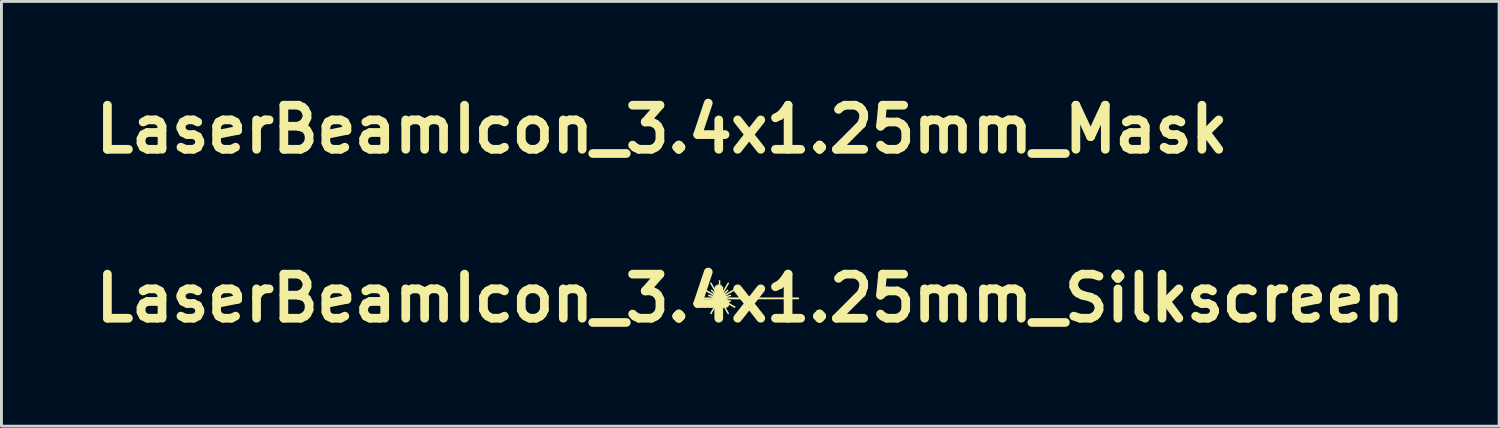
<source format=kicad_pcb>
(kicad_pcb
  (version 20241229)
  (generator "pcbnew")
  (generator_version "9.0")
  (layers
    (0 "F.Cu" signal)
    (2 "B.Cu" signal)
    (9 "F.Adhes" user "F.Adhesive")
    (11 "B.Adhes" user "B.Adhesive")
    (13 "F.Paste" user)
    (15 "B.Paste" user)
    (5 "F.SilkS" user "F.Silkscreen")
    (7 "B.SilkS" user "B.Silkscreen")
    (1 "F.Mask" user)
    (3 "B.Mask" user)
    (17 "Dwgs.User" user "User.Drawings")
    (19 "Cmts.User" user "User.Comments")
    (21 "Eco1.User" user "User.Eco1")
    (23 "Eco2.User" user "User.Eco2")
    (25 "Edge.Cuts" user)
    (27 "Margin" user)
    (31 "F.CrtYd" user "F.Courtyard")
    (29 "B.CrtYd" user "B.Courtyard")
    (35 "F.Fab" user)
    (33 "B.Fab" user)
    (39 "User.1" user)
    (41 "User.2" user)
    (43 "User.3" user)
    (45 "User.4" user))
  (footprint "LaserBeamIcon_3.4x1.25mm_Mask"
    (layer "F.Cu")
    (at 19.819 1.418)
    (property "Reference" "LaserBeamIcon_3.4x1.25mm_Mask" (at 0 0 0) (layer "F.SilkS") (effects (font (size 1.524 1.524) (thickness 0.3))))
    (attr exclude_from_pos_files exclude_from_bom)
    (fp_poly (pts (xy -1.033 -0.207) (xy -1.014 -0.273) (xy -1.006 -0.301) (xy -0.999 -0.329) (xy -0.992 -0.353) (xy -0.988 -0.368) (xy -0.98 -0.398) (xy -0.959 -0.394) (xy -0.945 -0.39) (xy -0.935 -0.386) (xy -0.934 -0.386) (xy -0.934 -0.379) (xy -0.937 -0.363) (xy -0.942 -0.338) (xy -0.95 -0.307) (xy -0.959 -0.271) (xy -0.971 -0.23) (xy -0.973 -0.223) (xy -0.976 -0.209) (xy -0.977 -0.201) (xy -0.975 -0.201) (xy -0.971 -0.207) (xy -0.963 -0.221) (xy -0.95 -0.243) (xy -0.934 -0.271) (xy -0.915 -0.303) (xy -0.894 -0.339) (xy -0.878 -0.366) (xy -0.851 -0.413) (xy -0.829 -0.452) (xy -0.811 -0.483) (xy -0.797 -0.506) (xy -0.787 -0.524) (xy -0.779 -0.536) (xy -0.773 -0.544) (xy -0.769 -0.548) (xy -0.766 -0.549) (xy -0.763 -0.548) (xy -0.76 -0.545) (xy -0.756 -0.543) (xy -0.756 -0.543) (xy -0.742 -0.535) (xy -0.733 -0.53) (xy -0.732 -0.526) (xy -0.734 -0.519) (xy -0.739 -0.507) (xy -0.748 -0.489) (xy -0.761 -0.465) (xy -0.778 -0.434) (xy -0.801 -0.394) (xy -0.822 -0.357) (xy -0.845 -0.318) (xy -0.866 -0.281) (xy -0.885 -0.247) (xy -0.901 -0.219) (xy -0.914 -0.197) (xy -0.922 -0.182) (xy -0.925 -0.176) (xy -0.924 -0.176) (xy -0.915 -0.182) (xy -0.902 -0.194) (xy -0.883 -0.211) (xy -0.861 -0.232) (xy -0.86 -0.234) (xy -0.788 -0.305) (xy -0.752 -0.27) (xy -0.823 -0.198) (xy -0.845 -0.176) (xy -0.863 -0.157) (xy -0.875 -0.143) (xy -0.882 -0.134) (xy -0.881 -0.132) (xy -0.881 -0.132) (xy -0.873 -0.137) (xy -0.857 -0.146) (xy -0.834 -0.159) (xy -0.804 -0.176) (xy -0.771 -0.195) (xy -0.734 -0.217) (xy -0.708 -0.232) (xy -0.669 -0.254) (xy -0.634 -0.274) (xy -0.602 -0.292) (xy -0.576 -0.307) (xy -0.556 -0.319) (xy -0.543 -0.326) (xy -0.54 -0.327) (xy -0.531 -0.325) (xy -0.521 -0.312) (xy -0.519 -0.309) (xy -0.507 -0.287) (xy -0.544 -0.265) (xy -0.559 -0.257) (xy -0.581 -0.244) (xy -0.61 -0.227) (xy -0.643 -0.208) (xy -0.679 -0.187) (xy -0.716 -0.165) (xy -0.751 -0.145) (xy -0.783 -0.126) (xy -0.811 -0.11) (xy -0.833 -0.097) (xy -0.848 -0.087) (xy -0.856 -0.083) (xy -0.856 -0.082) (xy -0.855 -0.08) (xy -0.846 -0.082) (xy -0.842 -0.083) (xy -0.806 -0.093) (xy -0.77 -0.103) (xy -0.738 -0.111) (xy -0.711 -0.117) (xy -0.689 -0.122) (xy -0.676 -0.123) (xy -0.672 -0.123) (xy -0.668 -0.115) (xy -0.664 -0.101) (xy -0.664 -0.098) (xy -0.66 -0.078) (xy -0.687 -0.07) (xy -0.703 -0.065) (xy -0.727 -0.059) (xy -0.754 -0.051) (xy -0.774 -0.046) (xy -0.834 -0.03) (xy 0.425 -0.029) (xy 1.685 -0.028) (xy 1.685 0.033) (xy 0.425 0.034) (xy -0.834 0.036) (xy -0.774 0.052) (xy -0.746 0.059) (xy -0.72 0.066) (xy -0.698 0.072) (xy -0.687 0.075) (xy -0.66 0.083) (xy -0.664 0.104) (xy -0.667 0.118) (xy -0.671 0.128) (xy -0.672 0.128) (xy -0.678 0.129) (xy -0.694 0.126) (xy -0.717 0.121) (xy -0.746 0.114) (xy -0.779 0.106) (xy -0.815 0.096) (xy -0.842 0.088) (xy -0.853 0.086) (xy -0.857 0.087) (xy -0.856 0.088) (xy -0.85 0.092) (xy -0.836 0.1) (xy -0.815 0.113) (xy -0.788 0.129) (xy -0.756 0.148) (xy -0.721 0.168) (xy -0.716 0.171) (xy -0.679 0.192) (xy -0.643 0.213) (xy -0.61 0.233) (xy -0.581 0.249) (xy -0.558 0.262) (xy -0.544 0.271) (xy -0.507 0.292) (xy -0.519 0.314) (xy -0.53 0.329) (xy -0.538 0.333) (xy -0.54 0.333) (xy -0.546 0.329) (xy -0.561 0.321) (xy -0.583 0.309) (xy -0.611 0.293) (xy -0.644 0.274) (xy -0.681 0.253) (xy -0.708 0.237) (xy -0.746 0.215) (xy -0.782 0.194) (xy -0.815 0.176) (xy -0.842 0.16) (xy -0.863 0.148) (xy -0.877 0.14) (xy -0.881 0.138) (xy -0.882 0.139) (xy -0.876 0.147) (xy -0.864 0.161) (xy -0.846 0.18) (xy -0.825 0.202) (xy -0.823 0.203) (xy -0.752 0.275) (xy -0.77 0.293) (xy -0.788 0.311) (xy -0.86 0.239) (xy -0.882 0.218) (xy -0.901 0.2) (xy -0.915 0.188) (xy -0.923 0.181) (xy -0.925 0.181) (xy -0.925 0.182) (xy -0.921 0.19) (xy -0.912 0.206) (xy -0.898 0.229) (xy -0.882 0.259) (xy -0.862 0.293) (xy -0.841 0.33) (xy -0.822 0.363) (xy -0.795 0.409) (xy -0.774 0.447) (xy -0.758 0.476) (xy -0.746 0.499) (xy -0.738 0.515) (xy -0.733 0.526) (xy -0.732 0.533) (xy -0.733 0.535) (xy -0.743 0.541) (xy -0.756 0.548) (xy -0.76 0.551) (xy -0.763 0.553) (xy -0.766 0.554) (xy -0.769 0.553) (xy -0.773 0.549) (xy -0.779 0.542) (xy -0.786 0.53) (xy -0.797 0.513) (xy -0.81 0.49) (xy -0.828 0.46) (xy -0.85 0.422) (xy -0.876 0.375) (xy -0.878 0.372) (xy -0.9 0.333) (xy -0.921 0.298) (xy -0.939 0.267) (xy -0.954 0.241) (xy -0.966 0.222) (xy -0.973 0.21) (xy -0.975 0.207) (xy -0.977 0.208) (xy -0.975 0.218) (xy -0.973 0.229) (xy -0.961 0.27) (xy -0.951 0.308) (xy -0.943 0.34) (xy -0.937 0.365) (xy -0.934 0.382) (xy -0.934 0.391) (xy -0.934 0.391) (xy -0.943 0.395) (xy -0.956 0.399) (xy -0.959 0.399) (xy -0.98 0.403) (xy -0.988 0.374) (xy -0.993 0.356) (xy -1 0.332) (xy -1.007 0.304) (xy -1.014 0.278) (xy -1.033 0.212) (xy -1.034 0.42) (xy -1.036 0.628) (xy -1.085 0.628) (xy -1.085 0.42) (xy -1.085 0.374) (xy -1.085 0.331) (xy -1.085 0.293) (xy -1.086 0.262) (xy -1.086 0.237) (xy -1.087 0.222) (xy -1.087 0.215) (xy -1.087 0.215) (xy -1.09 0.221) (xy -1.094 0.236) (xy -1.1 0.257) (xy -1.107 0.283) (xy -1.11 0.292) (xy -1.12 0.329) (xy -1.127 0.357) (xy -1.133 0.377) (xy -1.138 0.39) (xy -1.142 0.397) (xy -1.146 0.401) (xy -1.151 0.401) (xy -1.157 0.4) (xy -1.161 0.399) (xy -1.176 0.396) (xy -1.185 0.392) (xy -1.186 0.391) (xy -1.186 0.384) (xy -1.184 0.368) (xy -1.178 0.344) (xy -1.171 0.313) (xy -1.161 0.276) (xy -1.15 0.235) (xy -1.148 0.229) (xy -1.144 0.215) (xy -1.144 0.207) (xy -1.145 0.207) (xy -1.149 0.213) (xy -1.158 0.227) (xy -1.17 0.248) (xy -1.187 0.276) (xy -1.206 0.309) (xy -1.227 0.345) (xy -1.242 0.372) (xy -1.264 0.41) (xy -1.285 0.446) (xy -1.304 0.479) (xy -1.319 0.506) (xy -1.332 0.527) (xy -1.339 0.54) (xy -1.342 0.544) (xy -1.35 0.557) (xy -1.37 0.545) (xy -1.383 0.537) (xy -1.391 0.532) (xy -1.393 0.531) (xy -1.39 0.526) (xy -1.383 0.513) (xy -1.372 0.492) (xy -1.357 0.465) (xy -1.339 0.433) (xy -1.318 0.396) (xy -1.298 0.362) (xy -1.276 0.323) (xy -1.254 0.286) (xy -1.235 0.253) (xy -1.219 0.224) (xy -1.207 0.202) (xy -1.198 0.187) (xy -1.195 0.182) (xy -1.197 0.181) (xy -1.205 0.187) (xy -1.219 0.199) (xy -1.237 0.217) (xy -1.259 0.238) (xy -1.261 0.239) (xy -1.333 0.311) (xy -1.368 0.275) (xy -1.297 0.203) (xy -1.275 0.18) (xy -1.256 0.161) (xy -1.242 0.146) (xy -1.233 0.136) (xy -1.231 0.133) (xy -1.231 0.133) (xy -1.237 0.137) (xy -1.251 0.145) (xy -1.273 0.157) (xy -1.301 0.173) (xy -1.333 0.192) (xy -1.37 0.213) (xy -1.404 0.233) (xy -1.444 0.256) (xy -1.48 0.277) (xy -1.513 0.295) (xy -1.54 0.311) (xy -1.562 0.323) (xy -1.576 0.33) (xy -1.581 0.333) (xy -1.589 0.33) (xy -1.599 0.317) (xy -1.601 0.314) (xy -1.614 0.292) (xy -1.582 0.274) (xy -1.569 0.266) (xy -1.548 0.254) (xy -1.521 0.239) (xy -1.489 0.22) (xy -1.453 0.199) (xy -1.415 0.177) (xy -1.403 0.171) (xy -1.367 0.15) (xy -1.334 0.13) (xy -1.305 0.114) (xy -1.283 0.1) (xy -1.266 0.091) (xy -1.258 0.085) (xy -1.257 0.085) (xy -1.263 0.086) (xy -1.277 0.089) (xy -1.298 0.095) (xy -1.325 0.102) (xy -1.349 0.108) (xy -1.38 0.116) (xy -1.406 0.122) (xy -1.428 0.127) (xy -1.442 0.13) (xy -1.446 0.13) (xy -1.451 0.124) (xy -1.455 0.111) (xy -1.458 0.097) (xy -1.458 0.086) (xy -1.457 0.084) (xy -1.451 0.081) (xy -1.436 0.077) (xy -1.414 0.07) (xy -1.387 0.063) (xy -1.367 0.057) (xy -1.28 0.034) (xy -1.483 0.033) (xy -1.685 0.033) (xy -1.685 -0.028) (xy -1.483 -0.028) (xy -1.28 -0.028) (xy -1.367 -0.052) (xy -1.397 -0.06) (xy -1.422 -0.067) (xy -1.442 -0.073) (xy -1.454 -0.077) (xy -1.457 -0.078) (xy -1.459 -0.086) (xy -1.457 -0.099) (xy -1.453 -0.113) (xy -1.448 -0.123) (xy -1.446 -0.124) (xy -1.439 -0.124) (xy -1.423 -0.121) (xy -1.401 -0.116) (xy -1.373 -0.109) (xy -1.349 -0.103) (xy -1.319 -0.095) (xy -1.294 -0.088) (xy -1.273 -0.083) (xy -1.261 -0.08) (xy -1.257 -0.079) (xy -1.262 -0.082) (xy -1.274 -0.09) (xy -1.294 -0.102) (xy -1.32 -0.117) (xy -1.352 -0.135) (xy -1.386 -0.155) (xy -1.403 -0.165) (xy -1.442 -0.187) (xy -1.478 -0.208) (xy -1.512 -0.228) (xy -1.541 -0.245) (xy -1.564 -0.258) (xy -1.579 -0.267) (xy -1.582 -0.268) (xy -1.614 -0.287) (xy -1.601 -0.309) (xy -1.591 -0.324) (xy -1.582 -0.328) (xy -1.581 -0.327) (xy -1.574 -0.324) (xy -1.559 -0.316) (xy -1.537 -0.303) (xy -1.509 -0.287) (xy -1.475 -0.268) (xy -1.438 -0.247) (xy -1.404 -0.227) (xy -1.365 -0.205) (xy -1.329 -0.184) (xy -1.297 -0.165) (xy -1.27 -0.15) (xy -1.249 -0.138) (xy -1.236 -0.131) (xy -1.231 -0.128) (xy -1.233 -0.131) (xy -1.241 -0.14) (xy -1.256 -0.155) (xy -1.274 -0.174) (xy -1.296 -0.197) (xy -1.297 -0.198) (xy -1.368 -0.27) (xy -1.351 -0.288) (xy -1.333 -0.305) (xy -1.261 -0.234) (xy -1.238 -0.212) (xy -1.22 -0.195) (xy -1.206 -0.182) (xy -1.197 -0.176) (xy -1.195 -0.176) (xy -1.195 -0.176) (xy -1.2 -0.184) (xy -1.209 -0.2) (xy -1.222 -0.224) (xy -1.239 -0.253) (xy -1.258 -0.287) (xy -1.28 -0.325) (xy -1.298 -0.357) (xy -1.321 -0.396) (xy -1.341 -0.432) (xy -1.359 -0.463) (xy -1.373 -0.489) (xy -1.384 -0.509) (xy -1.391 -0.522) (xy -1.393 -0.525) (xy -1.387 -0.529) (xy -1.376 -0.536) (xy -1.37 -0.539) (xy -1.35 -0.551) (xy -1.342 -0.539) (xy -1.337 -0.531) (xy -1.328 -0.515) (xy -1.314 -0.492) (xy -1.298 -0.463) (xy -1.278 -0.429) (xy -1.257 -0.392) (xy -1.242 -0.366) (xy -1.22 -0.328) (xy -1.199 -0.293) (xy -1.181 -0.261) (xy -1.166 -0.236) (xy -1.154 -0.216) (xy -1.147 -0.204) (xy -1.145 -0.201) (xy -1.144 -0.203) (xy -1.145 -0.213) (xy -1.148 -0.223) (xy -1.16 -0.265) (xy -1.17 -0.302) (xy -1.177 -0.334) (xy -1.183 -0.359) (xy -1.186 -0.377) (xy -1.186 -0.385) (xy -1.186 -0.386) (xy -1.178 -0.39) (xy -1.164 -0.393) (xy -1.161 -0.394) (xy -1.154 -0.395) (xy -1.148 -0.396) (xy -1.144 -0.394) (xy -1.14 -0.389) (xy -1.135 -0.378) (xy -1.13 -0.362) (xy -1.124 -0.339) (xy -1.115 -0.306) (xy -1.11 -0.287) (xy -1.102 -0.26) (xy -1.096 -0.237) (xy -1.091 -0.22) (xy -1.088 -0.211) (xy -1.087 -0.21) (xy -1.087 -0.215) (xy -1.086 -0.229) (xy -1.086 -0.252) (xy -1.086 -0.283) (xy -1.085 -0.32) (xy -1.085 -0.362) (xy -1.085 -0.408) (xy -1.085 -0.415) (xy -1.085 -0.622) (xy -1.036 -0.622)) (stroke (width 0) (type solid)) (fill yes) (layer "F.Mask")))
  (footprint "LaserBeamIcon_3.4x1.25mm_Silkscreen"
    (layer "F.Cu")
    (at 22.867 7.254)
    (property "Reference" "LaserBeamIcon_3.4x1.25mm_Silkscreen" (at 0 0 0) (layer "F.SilkS") (effects (font (size 1.524 1.524) (thickness 0.3))))
    (attr exclude_from_pos_files exclude_from_bom)
    (fp_poly (pts (xy -1.033 -0.207) (xy -1.014 -0.273) (xy -1.006 -0.301) (xy -0.999 -0.329) (xy -0.992 -0.353) (xy -0.988 -0.368) (xy -0.98 -0.398) (xy -0.959 -0.394) (xy -0.945 -0.39) (xy -0.935 -0.386) (xy -0.934 -0.386) (xy -0.934 -0.379) (xy -0.937 -0.363) (xy -0.942 -0.338) (xy -0.95 -0.307) (xy -0.959 -0.271) (xy -0.971 -0.23) (xy -0.973 -0.223) (xy -0.976 -0.209) (xy -0.977 -0.201) (xy -0.975 -0.201) (xy -0.971 -0.207) (xy -0.963 -0.221) (xy -0.95 -0.243) (xy -0.934 -0.271) (xy -0.915 -0.303) (xy -0.894 -0.339) (xy -0.878 -0.366) (xy -0.851 -0.413) (xy -0.829 -0.452) (xy -0.811 -0.483) (xy -0.797 -0.506) (xy -0.787 -0.524) (xy -0.779 -0.536) (xy -0.773 -0.544) (xy -0.769 -0.548) (xy -0.766 -0.549) (xy -0.763 -0.548) (xy -0.76 -0.545) (xy -0.756 -0.543) (xy -0.756 -0.543) (xy -0.742 -0.535) (xy -0.733 -0.53) (xy -0.732 -0.526) (xy -0.734 -0.519) (xy -0.739 -0.507) (xy -0.748 -0.489) (xy -0.761 -0.465) (xy -0.778 -0.434) (xy -0.801 -0.394) (xy -0.822 -0.357) (xy -0.845 -0.318) (xy -0.866 -0.281) (xy -0.885 -0.247) (xy -0.901 -0.219) (xy -0.914 -0.197) (xy -0.922 -0.182) (xy -0.925 -0.176) (xy -0.924 -0.176) (xy -0.915 -0.182) (xy -0.902 -0.194) (xy -0.883 -0.211) (xy -0.861 -0.232) (xy -0.86 -0.234) (xy -0.788 -0.305) (xy -0.752 -0.27) (xy -0.823 -0.198) (xy -0.845 -0.176) (xy -0.863 -0.157) (xy -0.875 -0.143) (xy -0.882 -0.134) (xy -0.881 -0.132) (xy -0.881 -0.132) (xy -0.873 -0.137) (xy -0.857 -0.146) (xy -0.834 -0.159) (xy -0.804 -0.176) (xy -0.771 -0.195) (xy -0.734 -0.217) (xy -0.708 -0.232) (xy -0.669 -0.254) (xy -0.634 -0.274) (xy -0.602 -0.292) (xy -0.576 -0.307) (xy -0.556 -0.319) (xy -0.543 -0.326) (xy -0.54 -0.327) (xy -0.531 -0.325) (xy -0.521 -0.312) (xy -0.519 -0.309) (xy -0.507 -0.287) (xy -0.544 -0.265) (xy -0.559 -0.257) (xy -0.581 -0.244) (xy -0.61 -0.227) (xy -0.643 -0.208) (xy -0.679 -0.187) (xy -0.716 -0.165) (xy -0.751 -0.145) (xy -0.783 -0.126) (xy -0.811 -0.11) (xy -0.833 -0.097) (xy -0.848 -0.087) (xy -0.856 -0.083) (xy -0.856 -0.082) (xy -0.855 -0.08) (xy -0.846 -0.082) (xy -0.842 -0.083) (xy -0.806 -0.093) (xy -0.77 -0.103) (xy -0.738 -0.111) (xy -0.711 -0.117) (xy -0.689 -0.122) (xy -0.676 -0.123) (xy -0.672 -0.123) (xy -0.668 -0.115) (xy -0.664 -0.101) (xy -0.664 -0.098) (xy -0.66 -0.078) (xy -0.687 -0.07) (xy -0.703 -0.065) (xy -0.727 -0.059) (xy -0.754 -0.051) (xy -0.774 -0.046) (xy -0.834 -0.03) (xy 0.425 -0.029) (xy 1.685 -0.028) (xy 1.685 0.033) (xy 0.425 0.034) (xy -0.834 0.036) (xy -0.774 0.052) (xy -0.746 0.059) (xy -0.72 0.066) (xy -0.698 0.072) (xy -0.687 0.075) (xy -0.66 0.083) (xy -0.664 0.104) (xy -0.667 0.118) (xy -0.671 0.128) (xy -0.672 0.128) (xy -0.678 0.129) (xy -0.694 0.126) (xy -0.717 0.121) (xy -0.746 0.114) (xy -0.779 0.106) (xy -0.815 0.096) (xy -0.842 0.088) (xy -0.853 0.086) (xy -0.857 0.087) (xy -0.856 0.088) (xy -0.85 0.092) (xy -0.836 0.1) (xy -0.815 0.113) (xy -0.788 0.129) (xy -0.756 0.148) (xy -0.721 0.168) (xy -0.716 0.171) (xy -0.679 0.192) (xy -0.643 0.213) (xy -0.61 0.233) (xy -0.581 0.249) (xy -0.558 0.262) (xy -0.544 0.271) (xy -0.507 0.292) (xy -0.519 0.314) (xy -0.53 0.329) (xy -0.538 0.333) (xy -0.54 0.333) (xy -0.546 0.329) (xy -0.561 0.321) (xy -0.583 0.309) (xy -0.611 0.293) (xy -0.644 0.274) (xy -0.681 0.253) (xy -0.708 0.237) (xy -0.746 0.215) (xy -0.782 0.194) (xy -0.815 0.176) (xy -0.842 0.16) (xy -0.863 0.148) (xy -0.877 0.14) (xy -0.881 0.138) (xy -0.882 0.139) (xy -0.876 0.147) (xy -0.864 0.161) (xy -0.846 0.18) (xy -0.825 0.202) (xy -0.823 0.203) (xy -0.752 0.275) (xy -0.77 0.293) (xy -0.788 0.311) (xy -0.86 0.239) (xy -0.882 0.218) (xy -0.901 0.2) (xy -0.915 0.188) (xy -0.923 0.181) (xy -0.925 0.181) (xy -0.925 0.182) (xy -0.921 0.19) (xy -0.912 0.206) (xy -0.898 0.229) (xy -0.882 0.259) (xy -0.862 0.293) (xy -0.841 0.33) (xy -0.822 0.363) (xy -0.795 0.409) (xy -0.774 0.447) (xy -0.758 0.476) (xy -0.746 0.499) (xy -0.738 0.515) (xy -0.733 0.526) (xy -0.732 0.533) (xy -0.733 0.535) (xy -0.743 0.541) (xy -0.756 0.548) (xy -0.76 0.551) (xy -0.763 0.553) (xy -0.766 0.554) (xy -0.769 0.553) (xy -0.773 0.549) (xy -0.779 0.542) (xy -0.786 0.53) (xy -0.797 0.513) (xy -0.81 0.49) (xy -0.828 0.46) (xy -0.85 0.422) (xy -0.876 0.375) (xy -0.878 0.372) (xy -0.9 0.333) (xy -0.921 0.298) (xy -0.939 0.267) (xy -0.954 0.241) (xy -0.966 0.222) (xy -0.973 0.21) (xy -0.975 0.207) (xy -0.977 0.208) (xy -0.975 0.218) (xy -0.973 0.229) (xy -0.961 0.27) (xy -0.951 0.308) (xy -0.943 0.34) (xy -0.937 0.365) (xy -0.934 0.382) (xy -0.934 0.391) (xy -0.934 0.391) (xy -0.943 0.395) (xy -0.956 0.399) (xy -0.959 0.399) (xy -0.98 0.403) (xy -0.988 0.374) (xy -0.993 0.356) (xy -1 0.332) (xy -1.007 0.304) (xy -1.014 0.278) (xy -1.033 0.212) (xy -1.034 0.42) (xy -1.036 0.628) (xy -1.085 0.628) (xy -1.085 0.42) (xy -1.085 0.374) (xy -1.085 0.331) (xy -1.085 0.293) (xy -1.086 0.262) (xy -1.086 0.237) (xy -1.087 0.222) (xy -1.087 0.215) (xy -1.087 0.215) (xy -1.09 0.221) (xy -1.094 0.236) (xy -1.1 0.257) (xy -1.107 0.283) (xy -1.11 0.292) (xy -1.12 0.329) (xy -1.127 0.357) (xy -1.133 0.377) (xy -1.138 0.39) (xy -1.142 0.397) (xy -1.146 0.401) (xy -1.151 0.401) (xy -1.157 0.4) (xy -1.161 0.399) (xy -1.176 0.396) (xy -1.185 0.392) (xy -1.186 0.391) (xy -1.186 0.384) (xy -1.184 0.368) (xy -1.178 0.344) (xy -1.171 0.313) (xy -1.161 0.276) (xy -1.15 0.235) (xy -1.148 0.229) (xy -1.144 0.215) (xy -1.144 0.207) (xy -1.145 0.207) (xy -1.149 0.213) (xy -1.158 0.227) (xy -1.17 0.248) (xy -1.187 0.276) (xy -1.206 0.309) (xy -1.227 0.345) (xy -1.242 0.372) (xy -1.264 0.41) (xy -1.285 0.446) (xy -1.304 0.479) (xy -1.319 0.506) (xy -1.332 0.527) (xy -1.339 0.54) (xy -1.342 0.544) (xy -1.35 0.557) (xy -1.37 0.545) (xy -1.383 0.537) (xy -1.391 0.532) (xy -1.393 0.531) (xy -1.39 0.526) (xy -1.383 0.513) (xy -1.372 0.492) (xy -1.357 0.465) (xy -1.339 0.433) (xy -1.318 0.396) (xy -1.298 0.362) (xy -1.276 0.323) (xy -1.254 0.286) (xy -1.235 0.253) (xy -1.219 0.224) (xy -1.207 0.202) (xy -1.198 0.187) (xy -1.195 0.182) (xy -1.197 0.181) (xy -1.205 0.187) (xy -1.219 0.199) (xy -1.237 0.217) (xy -1.259 0.238) (xy -1.261 0.239) (xy -1.333 0.311) (xy -1.368 0.275) (xy -1.297 0.203) (xy -1.275 0.18) (xy -1.256 0.161) (xy -1.242 0.146) (xy -1.233 0.136) (xy -1.231 0.133) (xy -1.231 0.133) (xy -1.237 0.137) (xy -1.251 0.145) (xy -1.273 0.157) (xy -1.301 0.173) (xy -1.333 0.192) (xy -1.37 0.213) (xy -1.404 0.233) (xy -1.444 0.256) (xy -1.48 0.277) (xy -1.513 0.295) (xy -1.54 0.311) (xy -1.562 0.323) (xy -1.576 0.33) (xy -1.581 0.333) (xy -1.589 0.33) (xy -1.599 0.317) (xy -1.601 0.314) (xy -1.614 0.292) (xy -1.582 0.274) (xy -1.569 0.266) (xy -1.548 0.254) (xy -1.521 0.239) (xy -1.489 0.22) (xy -1.453 0.199) (xy -1.415 0.177) (xy -1.403 0.171) (xy -1.367 0.15) (xy -1.334 0.13) (xy -1.305 0.114) (xy -1.283 0.1) (xy -1.266 0.091) (xy -1.258 0.085) (xy -1.257 0.085) (xy -1.263 0.086) (xy -1.277 0.089) (xy -1.298 0.095) (xy -1.325 0.102) (xy -1.349 0.108) (xy -1.38 0.116) (xy -1.406 0.122) (xy -1.428 0.127) (xy -1.442 0.13) (xy -1.446 0.13) (xy -1.451 0.124) (xy -1.455 0.111) (xy -1.458 0.097) (xy -1.458 0.086) (xy -1.457 0.084) (xy -1.451 0.081) (xy -1.436 0.077) (xy -1.414 0.07) (xy -1.387 0.063) (xy -1.367 0.057) (xy -1.28 0.034) (xy -1.483 0.033) (xy -1.685 0.033) (xy -1.685 -0.028) (xy -1.483 -0.028) (xy -1.28 -0.028) (xy -1.367 -0.052) (xy -1.397 -0.06) (xy -1.422 -0.067) (xy -1.442 -0.073) (xy -1.454 -0.077) (xy -1.457 -0.078) (xy -1.459 -0.086) (xy -1.457 -0.099) (xy -1.453 -0.113) (xy -1.448 -0.123) (xy -1.446 -0.124) (xy -1.439 -0.124) (xy -1.423 -0.121) (xy -1.401 -0.116) (xy -1.373 -0.109) (xy -1.349 -0.103) (xy -1.319 -0.095) (xy -1.294 -0.088) (xy -1.273 -0.083) (xy -1.261 -0.08) (xy -1.257 -0.079) (xy -1.262 -0.082) (xy -1.274 -0.09) (xy -1.294 -0.102) (xy -1.32 -0.117) (xy -1.352 -0.135) (xy -1.386 -0.155) (xy -1.403 -0.165) (xy -1.442 -0.187) (xy -1.478 -0.208) (xy -1.512 -0.228) (xy -1.541 -0.245) (xy -1.564 -0.258) (xy -1.579 -0.267) (xy -1.582 -0.268) (xy -1.614 -0.287) (xy -1.601 -0.309) (xy -1.591 -0.324) (xy -1.582 -0.328) (xy -1.581 -0.327) (xy -1.574 -0.324) (xy -1.559 -0.316) (xy -1.537 -0.303) (xy -1.509 -0.287) (xy -1.475 -0.268) (xy -1.438 -0.247) (xy -1.404 -0.227) (xy -1.365 -0.205) (xy -1.329 -0.184) (xy -1.297 -0.165) (xy -1.27 -0.15) (xy -1.249 -0.138) (xy -1.236 -0.131) (xy -1.231 -0.128) (xy -1.233 -0.131) (xy -1.241 -0.14) (xy -1.256 -0.155) (xy -1.274 -0.174) (xy -1.296 -0.197) (xy -1.297 -0.198) (xy -1.368 -0.27) (xy -1.351 -0.288) (xy -1.333 -0.305) (xy -1.261 -0.234) (xy -1.238 -0.212) (xy -1.22 -0.195) (xy -1.206 -0.182) (xy -1.197 -0.176) (xy -1.195 -0.176) (xy -1.195 -0.176) (xy -1.2 -0.184) (xy -1.209 -0.2) (xy -1.222 -0.224) (xy -1.239 -0.253) (xy -1.258 -0.287) (xy -1.28 -0.325) (xy -1.298 -0.357) (xy -1.321 -0.396) (xy -1.341 -0.432) (xy -1.359 -0.463) (xy -1.373 -0.489) (xy -1.384 -0.509) (xy -1.391 -0.522) (xy -1.393 -0.525) (xy -1.387 -0.529) (xy -1.376 -0.536) (xy -1.37 -0.539) (xy -1.35 -0.551) (xy -1.342 -0.539) (xy -1.337 -0.531) (xy -1.328 -0.515) (xy -1.314 -0.492) (xy -1.298 -0.463) (xy -1.278 -0.429) (xy -1.257 -0.392) (xy -1.242 -0.366) (xy -1.22 -0.328) (xy -1.199 -0.293) (xy -1.181 -0.261) (xy -1.166 -0.236) (xy -1.154 -0.216) (xy -1.147 -0.204) (xy -1.145 -0.201) (xy -1.144 -0.203) (xy -1.145 -0.213) (xy -1.148 -0.223) (xy -1.16 -0.265) (xy -1.17 -0.302) (xy -1.177 -0.334) (xy -1.183 -0.359) (xy -1.186 -0.377) (xy -1.186 -0.385) (xy -1.186 -0.386) (xy -1.178 -0.39) (xy -1.164 -0.393) (xy -1.161 -0.394) (xy -1.154 -0.395) (xy -1.148 -0.396) (xy -1.144 -0.394) (xy -1.14 -0.389) (xy -1.135 -0.378) (xy -1.13 -0.362) (xy -1.124 -0.339) (xy -1.115 -0.306) (xy -1.11 -0.287) (xy -1.102 -0.26) (xy -1.096 -0.237) (xy -1.091 -0.22) (xy -1.088 -0.211) (xy -1.087 -0.21) (xy -1.087 -0.215) (xy -1.086 -0.229) (xy -1.086 -0.252) (xy -1.086 -0.283) (xy -1.085 -0.32) (xy -1.085 -0.362) (xy -1.085 -0.408) (xy -1.085 -0.415) (xy -1.085 -0.622) (xy -1.036 -0.622)) (stroke (width 0) (type solid)) (fill yes) (layer "F.SilkS")))
  (gr_rect
    (start -3 -3)
    (end 48.735 11.672)
    (stroke (width 0.1) (type default))
    (fill no)
    (layer "Edge.Cuts")))
</source>
